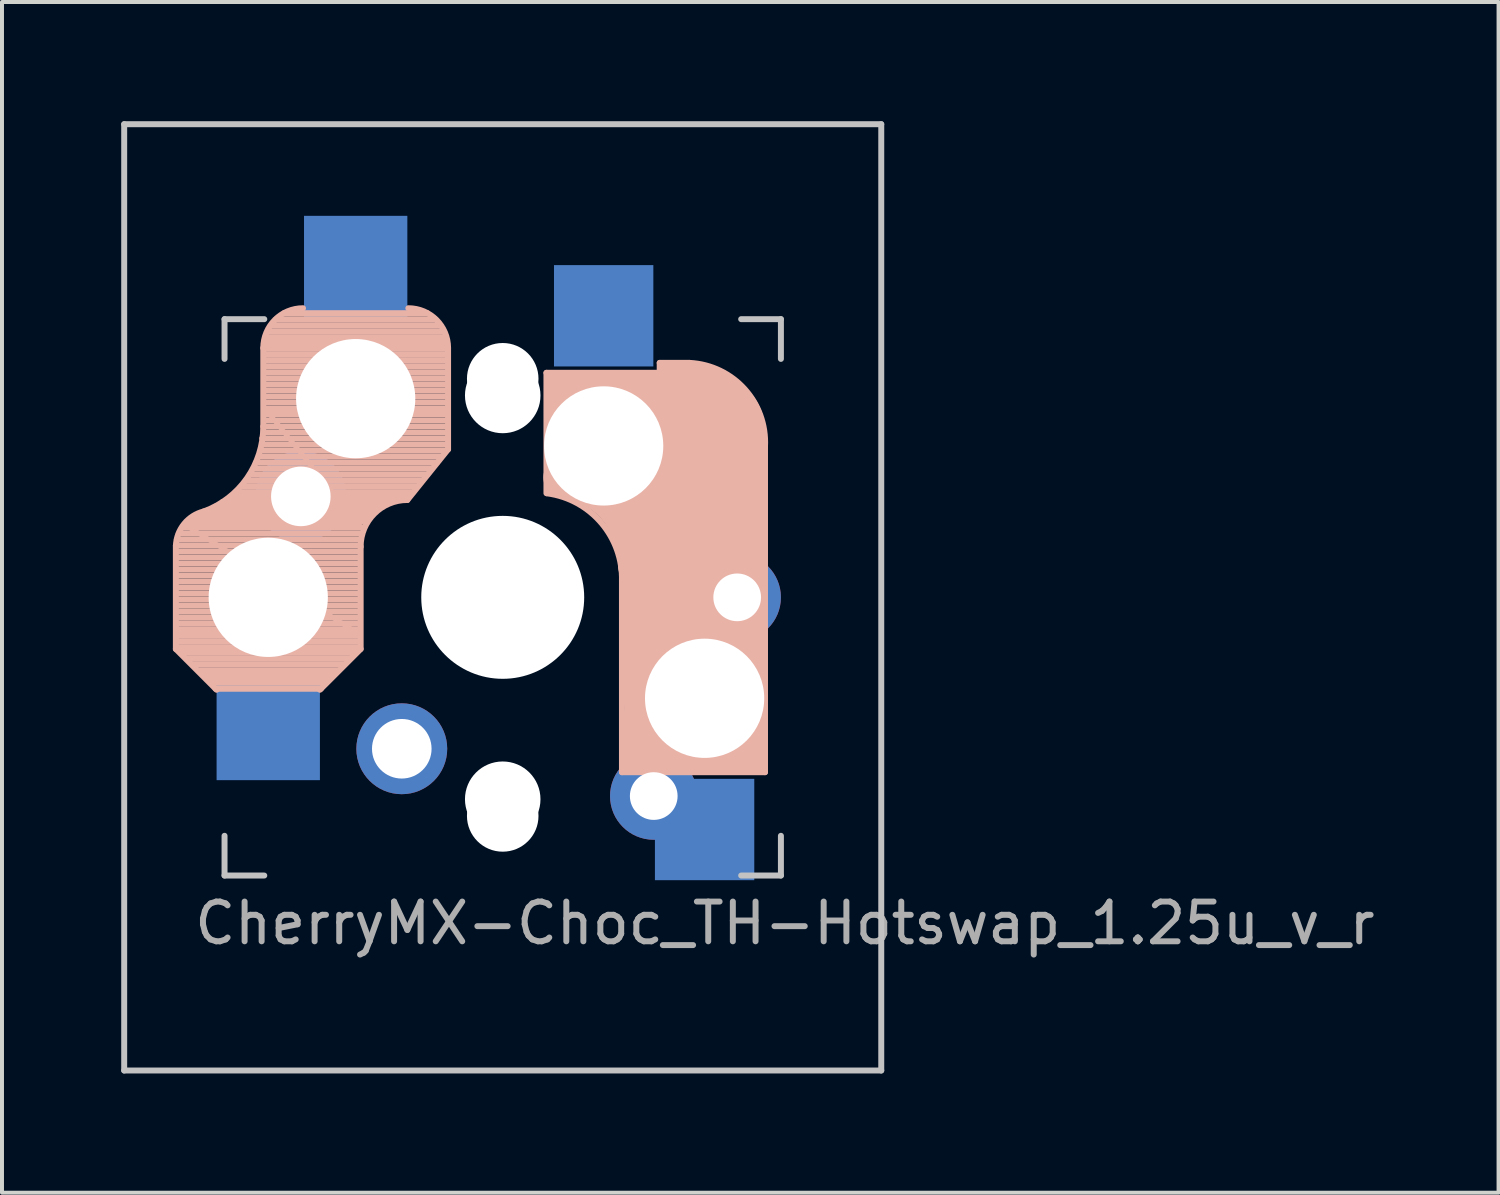
<source format=kicad_pcb>
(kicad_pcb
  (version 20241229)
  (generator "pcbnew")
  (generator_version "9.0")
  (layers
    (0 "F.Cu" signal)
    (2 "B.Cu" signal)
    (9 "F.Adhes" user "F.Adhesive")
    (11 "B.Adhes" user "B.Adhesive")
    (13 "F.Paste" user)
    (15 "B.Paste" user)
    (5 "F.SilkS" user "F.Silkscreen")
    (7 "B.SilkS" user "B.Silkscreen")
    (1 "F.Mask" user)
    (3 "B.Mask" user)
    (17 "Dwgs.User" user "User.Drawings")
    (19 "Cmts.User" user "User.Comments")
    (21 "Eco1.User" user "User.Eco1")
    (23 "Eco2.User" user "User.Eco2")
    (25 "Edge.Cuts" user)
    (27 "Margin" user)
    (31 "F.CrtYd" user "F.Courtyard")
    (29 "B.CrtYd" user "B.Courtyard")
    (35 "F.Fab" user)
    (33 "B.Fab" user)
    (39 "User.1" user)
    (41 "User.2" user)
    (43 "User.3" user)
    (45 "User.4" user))
  (footprint "CherryMX-Choc_TH-Hotswap_1.25u_v_r"
    (layer "F.Cu")
    (at 9.6 11.981)
    (property "Reference" "CherryMX-Choc_TH-Hotswap_1.25u_v_r" (at 7.1 8.2 0) (layer "F.Fab") (effects (font (size 1 1) (thickness 0.15))))
    (attr through_hole)
    (fp_line (start -8.225 1.3) (end -8.225 -1.3) (stroke (width 0.15) (type solid)) (layer "B.SilkS"))
    (fp_line (start -8.225 1.3) (end -7.2 2.325) (stroke (width 0.15) (type solid)) (layer "B.SilkS"))
    (fp_line (start -8.2 -1.45) (end -3.6 -1.45) (stroke (width 0.15) (type solid)) (layer "B.SilkS"))
    (fp_line (start -8.2 -1.3) (end -3.6 -1.3) (stroke (width 0.15) (type solid)) (layer "B.SilkS"))
    (fp_line (start -8.2 -1.15) (end -3.65 -1.15) (stroke (width 0.15) (type solid)) (layer "B.SilkS"))
    (fp_line (start -8.2 -1) (end -3.6 -1) (stroke (width 0.15) (type solid)) (layer "B.SilkS"))
    (fp_line (start -8.2 -0.85) (end -3.6 -0.85) (stroke (width 0.15) (type solid)) (layer "B.SilkS"))
    (fp_line (start -8.2 -0.7) (end -3.6 -0.7) (stroke (width 0.15) (type solid)) (layer "B.SilkS"))
    (fp_line (start -8.2 -0.55) (end -3.6 -0.55) (stroke (width 0.15) (type solid)) (layer "B.SilkS"))
    (fp_line (start -8.2 -0.4) (end -3.6 -0.4) (stroke (width 0.15) (type solid)) (layer "B.SilkS"))
    (fp_line (start -8.2 -0.25) (end -3.6 -0.25) (stroke (width 0.15) (type solid)) (layer "B.SilkS"))
    (fp_line (start -8.2 -0.1) (end -3.6 -0.1) (stroke (width 0.15) (type solid)) (layer "B.SilkS"))
    (fp_line (start -8.2 0.05) (end -3.6 0.05) (stroke (width 0.15) (type solid)) (layer "B.SilkS"))
    (fp_line (start -8.2 0.2) (end -3.6 0.2) (stroke (width 0.15) (type solid)) (layer "B.SilkS"))
    (fp_line (start -8.2 0.35) (end -3.6 0.35) (stroke (width 0.15) (type solid)) (layer "B.SilkS"))
    (fp_line (start -8.2 0.5) (end -3.6 0.5) (stroke (width 0.15) (type solid)) (layer "B.SilkS"))
    (fp_line (start -8.2 0.65) (end -3.6 0.65) (stroke (width 0.15) (type solid)) (layer "B.SilkS"))
    (fp_line (start -8.2 0.8) (end -3.6 0.8) (stroke (width 0.15) (type solid)) (layer "B.SilkS"))
    (fp_line (start -8.2 0.95) (end -3.6 0.95) (stroke (width 0.15) (type solid)) (layer "B.SilkS"))
    (fp_line (start -8.2 1.1) (end -3.6 1.1) (stroke (width 0.15) (type solid)) (layer "B.SilkS"))
    (fp_line (start -8.2 1.25) (end -3.6 1.25) (stroke (width 0.15) (type solid)) (layer "B.SilkS"))
    (fp_line (start -8.15 -1.6) (end -3.6 -1.6) (stroke (width 0.15) (type solid)) (layer "B.SilkS"))
    (fp_line (start -8.1 0.9) (end -3.65 0.9) (stroke (width 0.12) (type solid)) (layer "B.SilkS"))
    (fp_line (start -8.1 1.4) (end -3.7 1.4) (stroke (width 0.15) (type solid)) (layer "B.SilkS"))
    (fp_line (start -8.05 -1.75) (end -3.5 -1.75) (stroke (width 0.15) (type solid)) (layer "B.SilkS"))
    (fp_line (start -7.95 -1.9) (end -3.45 -1.9) (stroke (width 0.15) (type solid)) (layer "B.SilkS"))
    (fp_line (start -7.95 -1.8) (end -3.6 -1.8) (stroke (width 0.12) (type solid)) (layer "B.SilkS"))
    (fp_line (start -7.95 1.55) (end -3.85 1.55) (stroke (width 0.15) (type solid)) (layer "B.SilkS"))
    (fp_line (start -7.8 -2) (end -3.4 -2) (stroke (width 0.15) (type solid)) (layer "B.SilkS"))
    (fp_line (start -7.8 1.7) (end -4 1.7) (stroke (width 0.15) (type solid)) (layer "B.SilkS"))
    (fp_line (start -7.65 1.85) (end -4.15 1.85) (stroke (width 0.15) (type solid)) (layer "B.SilkS"))
    (fp_line (start -7.55 -2.1) (end -3.35 -2.1) (stroke (width 0.15) (type solid)) (layer "B.SilkS"))
    (fp_line (start -7.55 1.95) (end -4.25 1.95) (stroke (width 0.15) (type solid)) (layer "B.SilkS"))
    (fp_line (start -7.45 2.05) (end -4.35 2.05) (stroke (width 0.15) (type solid)) (layer "B.SilkS"))
    (fp_line (start -7.4 -2.2) (end -3.25 -2.2) (stroke (width 0.15) (type solid)) (layer "B.SilkS"))
    (fp_line (start -7.35 2.15) (end -4.45 2.15) (stroke (width 0.15) (type solid)) (layer "B.SilkS"))
    (fp_line (start -7.2 -2.3) (end -3.05 -2.3) (stroke (width 0.15) (type solid)) (layer "B.SilkS"))
    (fp_line (start -7.05 -2.4) (end -2.9 -2.4) (stroke (width 0.15) (type solid)) (layer "B.SilkS"))
    (fp_line (start -6.85 -2.5) (end -2.4 -2.5) (stroke (width 0.15) (type solid)) (layer "B.SilkS"))
    (fp_line (start -6.7 -2.65) (end -2.25 -2.65) (stroke (width 0.15) (type solid)) (layer "B.SilkS"))
    (fp_line (start -6.55 -2.8) (end -2.15 -2.8) (stroke (width 0.15) (type solid)) (layer "B.SilkS"))
    (fp_line (start -6.45 -2.95) (end -2.05 -2.95) (stroke (width 0.15) (type solid)) (layer "B.SilkS"))
    (fp_line (start -6.35 -3.1) (end -1.9 -3.1) (stroke (width 0.15) (type solid)) (layer "B.SilkS"))
    (fp_line (start -6.25 -3.25) (end -1.8 -3.25) (stroke (width 0.15) (type solid)) (layer "B.SilkS"))
    (fp_line (start -6.2 -3.4) (end -1.65 -3.4) (stroke (width 0.15) (type solid)) (layer "B.SilkS"))
    (fp_line (start -6.1 -3.55) (end -1.55 -3.55) (stroke (width 0.15) (type solid)) (layer "B.SilkS"))
    (fp_line (start -6.05 -4) (end -1.4 -4) (stroke (width 0.15) (type solid)) (layer "B.SilkS"))
    (fp_line (start -6.05 -3.85) (end -1.4 -3.85) (stroke (width 0.15) (type solid)) (layer "B.SilkS"))
    (fp_line (start -6.05 -3.7) (end -1.45 -3.7) (stroke (width 0.15) (type solid)) (layer "B.SilkS"))
    (fp_line (start -6.025 -4.3) (end -6.025 -6.275) (stroke (width 0.15) (type solid)) (layer "B.SilkS"))
    (fp_line (start -6 -6.4) (end -1.45 -6.4) (stroke (width 0.15) (type solid)) (layer "B.SilkS"))
    (fp_line (start -6 -6.25) (end -1.4 -6.25) (stroke (width 0.15) (type solid)) (layer "B.SilkS"))
    (fp_line (start -6 -6.1) (end -1.4 -6.1) (stroke (width 0.15) (type solid)) (layer "B.SilkS"))
    (fp_line (start -6 -5.95) (end -1.4 -5.95) (stroke (width 0.15) (type solid)) (layer "B.SilkS"))
    (fp_line (start -6 -5.8) (end -1.4 -5.8) (stroke (width 0.15) (type solid)) (layer "B.SilkS"))
    (fp_line (start -6 -5.65) (end -1.4 -5.65) (stroke (width 0.15) (type solid)) (layer "B.SilkS"))
    (fp_line (start -6 -5.5) (end -1.4 -5.5) (stroke (width 0.15) (type solid)) (layer "B.SilkS"))
    (fp_line (start -6 -5.35) (end -1.4 -5.35) (stroke (width 0.15) (type solid)) (layer "B.SilkS"))
    (fp_line (start -6 -5.2) (end -1.4 -5.2) (stroke (width 0.15) (type solid)) (layer "B.SilkS"))
    (fp_line (start -6 -5.05) (end -1.4 -5.05) (stroke (width 0.15) (type solid)) (layer "B.SilkS"))
    (fp_line (start -6 -4.9) (end -1.4 -4.9) (stroke (width 0.15) (type solid)) (layer "B.SilkS"))
    (fp_line (start -6 -4.75) (end -1.4 -4.75) (stroke (width 0.15) (type solid)) (layer "B.SilkS"))
    (fp_line (start -6 -4.6) (end -1.4 -4.6) (stroke (width 0.15) (type solid)) (layer "B.SilkS"))
    (fp_line (start -6 -4.45) (end -1.4 -4.45) (stroke (width 0.15) (type solid)) (layer "B.SilkS"))
    (fp_line (start -6 -4.3) (end -1.4 -4.3) (stroke (width 0.15) (type solid)) (layer "B.SilkS"))
    (fp_line (start -6 -4.15) (end -1.45 -4.15) (stroke (width 0.15) (type solid)) (layer "B.SilkS"))
    (fp_line (start -5.95 -6.55) (end -1.45 -6.55) (stroke (width 0.15) (type solid)) (layer "B.SilkS"))
    (fp_line (start -5.9 -6.7) (end -1.5 -6.7) (stroke (width 0.15) (type solid)) (layer "B.SilkS"))
    (fp_line (start -5.9 -4.65) (end -1.4 -4.65) (stroke (width 0.12) (type solid)) (layer "B.SilkS"))
    (fp_line (start -5.8 -6.85) (end -1.6 -6.85) (stroke (width 0.15) (type solid)) (layer "B.SilkS"))
    (fp_line (start -5.7 -7) (end -1.7 -7) (stroke (width 0.15) (type solid)) (layer "B.SilkS"))
    (fp_line (start -5.5 -7.15) (end -1.9 -7.15) (stroke (width 0.15) (type solid)) (layer "B.SilkS"))
    (fp_line (start -4.575 2.3) (end -7.225 2.3) (stroke (width 0.15) (type solid)) (layer "B.SilkS"))
    (fp_line (start -3.65 0.9) (end -7.95 -1.8) (stroke (width 0.12) (type solid)) (layer "B.SilkS"))
    (fp_line (start -3.6 -1.8) (end -5.9 -4.65) (stroke (width 0.12) (type solid)) (layer "B.SilkS"))
    (fp_line (start -3.575 1.3) (end -4.6 2.325) (stroke (width 0.15) (type solid)) (layer "B.SilkS"))
    (fp_line (start -3.575 1.3) (end -3.575 -1.275) (stroke (width 0.15) (type solid)) (layer "B.SilkS"))
    (fp_line (start -1.375 -3.725) (end -2.4 -2.45) (stroke (width 0.15) (type solid)) (layer "B.SilkS"))
    (fp_line (start -1.375 -3.725) (end -1.375 -6.275) (stroke (width 0.15) (type solid)) (layer "B.SilkS"))
    (fp_line (start 1.1 -5.65) (end 1.1 -2.62) (stroke (width 0.15) (type solid)) (layer "B.SilkS"))
    (fp_line (start 1.3 -5.45) (end 1.3 -3) (stroke (width 0.5) (type solid)) (layer "B.SilkS"))
    (fp_line (start 1.6 -5.3) (end 3.4 -5.3) (stroke (width 0.8) (type solid)) (layer "B.SilkS"))
    (fp_line (start 3 -0.4) (end 3 4.4) (stroke (width 0.15) (type solid)) (layer "B.SilkS"))
    (fp_line (start 3 4.4) (end 6.6 4.4) (stroke (width 0.15) (type solid)) (layer "B.SilkS"))
    (fp_line (start 3.25 4.2) (end 3.3 2.9) (stroke (width 0.5) (type solid)) (layer "B.SilkS"))
    (fp_line (start 3.95 -5.9) (end 3.95 -5.7) (stroke (width 0.15) (type solid)) (layer "B.SilkS"))
    (fp_line (start 4 4.38) (end 6.25 4.38) (stroke (width 0.15) (type solid)) (layer "B.SilkS"))
    (fp_line (start 4.05 -5.8) (end 4.7 -5.8) (stroke (width 0.3) (type solid)) (layer "B.SilkS"))
    (fp_line (start 4.7 -5.9) (end 3.95 -5.9) (stroke (width 0.15) (type solid)) (layer "B.SilkS"))
    (fp_line (start 4.8 2.6) (end 4.8 -4.1) (stroke (width 3.5) (type solid)) (layer "B.SilkS"))
    (fp_line (start 5.1 -4.17) (end 2.86 -4.17) (stroke (width 3) (type solid)) (layer "B.SilkS"))
    (fp_line (start 5.55 -5.65) (end 1.1 -5.65) (stroke (width 0.15) (type solid)) (layer "B.SilkS"))
    (fp_line (start 6 3.9) (end 3.5 3.9) (stroke (width 1) (type solid)) (layer "B.SilkS"))
    (fp_line (start 6.4 4.25) (end 6.4 3) (stroke (width 0.4) (type solid)) (layer "B.SilkS"))
    (fp_line (start 6.6 4.4) (end 6.6 -3.8) (stroke (width 0.15) (type solid)) (layer "B.SilkS"))
    (fp_arc (start -8.223791 -1.300995) (mid -8.016021 -1.848286) (end -7.521904 -2.162199) (stroke (width 0.15) (type solid)) (layer "B.SilkS"))
    (fp_arc (start -6.025 -6.275) (mid -5.732107 -6.982107) (end -5.025 -7.275) (stroke (width 0.15) (type solid)) (layer "B.SilkS"))
    (fp_arc (start -6.025 -4.3) (mid -6.436429 -2.995114) (end -7.521904 -2.162199) (stroke (width 0.15) (type solid)) (layer "B.SilkS"))
    (fp_arc (start -3.575 -1.275) (mid -3.23085 -2.10585) (end -2.4 -2.45) (stroke (width 0.15) (type solid)) (layer "B.SilkS"))
    (fp_arc (start -2.375 -7.275) (mid -1.667893 -6.982107) (end -1.375 -6.275) (stroke (width 0.15) (type solid)) (layer "B.SilkS"))
    (fp_arc (start 1.121471 -2.616318) (mid 2.486118 -1.868709) (end 3 -0.4) (stroke (width 0.15) (type solid)) (layer "B.SilkS"))
    (fp_arc (start 1.521471 -3.016318) (mid 2.886118 -2.268709) (end 3.4 -0.8) (stroke (width 1) (type solid)) (layer "B.SilkS"))
    (fp_arc (start 4.699999 -5.9) (mid 6.084924 -5.243504) (end 6.6 -3.800001) (stroke (width 0.15) (type solid)) (layer "B.SilkS"))
    (fp_line (start -9.525 -11.906) (end 9.525 -11.906) (stroke (width 0.15) (type solid)) (layer "Dwgs.User"))
    (fp_line (start -9.525 11.906) (end -9.525 -11.906) (stroke (width 0.15) (type solid)) (layer "Dwgs.User"))
    (fp_line (start -7 -7) (end -7 -6) (stroke (width 0.15) (type solid)) (layer "Dwgs.User"))
    (fp_line (start -7 6) (end -7 7) (stroke (width 0.15) (type solid)) (layer "Dwgs.User"))
    (fp_line (start -7 7) (end -6 7) (stroke (width 0.15) (type solid)) (layer "Dwgs.User"))
    (fp_line (start -6 -7) (end -7 -7) (stroke (width 0.15) (type solid)) (layer "Dwgs.User"))
    (fp_line (start 6 -7) (end 7 -7) (stroke (width 0.15) (type solid)) (layer "Dwgs.User"))
    (fp_line (start 7 -7) (end 7 -6) (stroke (width 0.15) (type solid)) (layer "Dwgs.User"))
    (fp_line (start 7 7) (end 6 7) (stroke (width 0.15) (type solid)) (layer "Dwgs.User"))
    (fp_line (start 7 7) (end 7 6) (stroke (width 0.15) (type solid)) (layer "Dwgs.User"))
    (fp_line (start 9.525 -11.906) (end 9.525 11.906) (stroke (width 0.15) (type solid)) (layer "Dwgs.User"))
    (fp_line (start 9.525 11.906) (end -9.525 11.906) (stroke (width 0.15) (type solid)) (layer "Dwgs.User"))
    (pad "" np_thru_hole circle (at -5.9 0) (size 3 3) (drill 3) (layers "*.Cu" "*.Mask"))
    (pad "" np_thru_hole circle (at -4.2 -5.22 270) (size 1.2 1.2) (drill 1.2) (layers "*.Cu" "*.Mask"))
    (pad "" np_thru_hole circle (at -3.7 -5) (size 3 3) (drill 3) (layers "*.Cu" "*.Mask"))
    (pad "" np_thru_hole circle (at 0 -5.5 270) (size 1.8 1.8) (drill 1.8) (layers "*.Cu" "*.Mask"))
    (pad "" np_thru_hole circle (at 0 -5.08 270) (size 1.9 1.9) (drill 1.9) (layers "*.Cu" "*.Mask"))
    (pad "" np_thru_hole circle (at 0 0 270) (size 3.2 3.2) (drill 3.2) (layers "*.Cu" "*.Mask"))
    (pad "" np_thru_hole circle (at 0 0) (size 4.1 4.1) (drill 4.1) (layers "*.Cu" "*.Mask"))
    (pad "" np_thru_hole circle (at 0 5.08 270) (size 1.9 1.9) (drill 1.9) (layers "*.Cu" "*.Mask"))
    (pad "" np_thru_hole circle (at 0 5.5 270) (size 1.8 1.8) (drill 1.8) (layers "*.Cu" "*.Mask"))
    (pad "" np_thru_hole circle (at 2.54 -3.81 270) (size 3 3) (drill 3) (layers "*.Cu" "*.Mask"))
    (pad "" np_thru_hole circle (at 5.08 2.54 270) (size 3 3) (drill 3) (layers "*.Cu" "*.Mask"))
    (pad "1" thru_hole circle (at -5.08 -2.54 90) (size 2.286 2.286) (drill 1.499) (layers "*.Cu" "*.Mask"))
    (pad "1" smd rect (at -3.7 -8.3 90) (size 2.6 2.6) (layers "B.Cu" "B.Mask" "B.Paste"))
    (pad "1" smd rect (at 2.54 -7.085 90) (size 2.55 2.5) (layers "B.Cu" "B.Mask" "B.Paste"))
    (pad "1" thru_hole circle (at 5.9 0 270) (size 2.2 2.2) (drill 1.2) (layers "*.Cu" "B.Mask"))
    (pad "2" smd rect (at -5.9 3.3 90) (size 2.6 2.6) (layers "B.Cu" "B.Mask" "B.Paste"))
    (pad "2" thru_hole circle (at -2.54 3.81 90) (size 2.286 2.286) (drill 1.499) (layers "*.Cu" "*.Mask"))
    (pad "2" thru_hole circle (at 3.8 5 270) (size 2.2 2.2) (drill 1.2) (layers "*.Cu" "B.Mask"))
    (pad "2" smd rect (at 5.08 5.842 90) (size 2.55 2.5) (layers "B.Cu" "B.Mask" "B.Paste")))
  (gr_rect
    (start -3 -3)
    (end 34.658 26.962)
    (stroke (width 0.1) (type default))
    (fill no)
    (layer "Edge.Cuts")))
</source>
